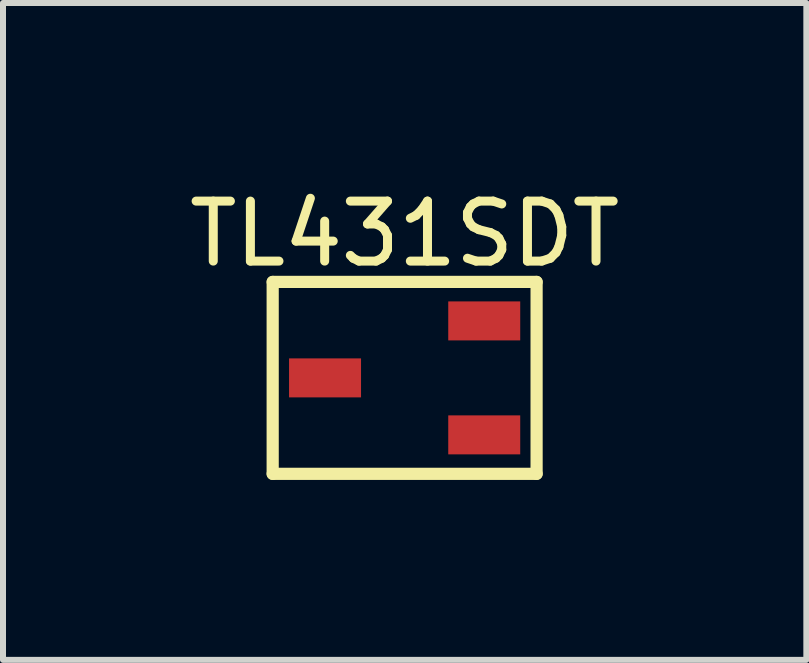
<source format=kicad_pcb>
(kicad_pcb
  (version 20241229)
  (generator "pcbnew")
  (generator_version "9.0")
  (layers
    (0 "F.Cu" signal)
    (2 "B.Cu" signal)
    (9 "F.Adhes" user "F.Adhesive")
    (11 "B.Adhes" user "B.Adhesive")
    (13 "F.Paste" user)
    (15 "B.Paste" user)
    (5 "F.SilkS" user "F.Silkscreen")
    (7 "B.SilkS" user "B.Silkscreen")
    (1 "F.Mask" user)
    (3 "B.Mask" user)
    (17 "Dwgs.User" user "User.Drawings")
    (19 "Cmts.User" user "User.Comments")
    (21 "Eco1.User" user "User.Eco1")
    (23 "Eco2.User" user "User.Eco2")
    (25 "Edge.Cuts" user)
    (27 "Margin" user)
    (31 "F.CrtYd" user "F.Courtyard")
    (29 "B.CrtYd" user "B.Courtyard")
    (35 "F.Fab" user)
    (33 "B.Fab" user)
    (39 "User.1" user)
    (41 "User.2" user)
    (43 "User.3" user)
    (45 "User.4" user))
  (footprint "TL431SDT"
    (layer "F.Cu")
    (at 3.696 3.25)
    (property "Reference" "TL431SDT" (at 0 -2.402 0) (layer "F.SilkS") (effects (font (size 1 1) (thickness 0.15))))
    (fp_line (start -2.2 -1.6) (end 2.2 -1.6) (stroke (width 0.203) (type solid)) (layer "F.SilkS"))
    (fp_line (start -2.2 1.6) (end -2.2 -1.6) (stroke (width 0.203) (type solid)) (layer "F.SilkS"))
    (fp_line (start -2.2 1.6) (end 2.2 1.6) (stroke (width 0.203) (type solid)) (layer "F.SilkS"))
    (fp_line (start 2.2 1.6) (end 2.2 -1.6) (stroke (width 0.203) (type solid)) (layer "F.SilkS"))
    (pad "A" smd rect (at -1.327 0 90) (size 0.65 1.2) (layers "F.Cu" "F.Mask" "F.Paste"))
    (pad "C" smd rect (at 1.327 0.95 90) (size 0.65 1.2) (layers "F.Cu" "F.Mask" "F.Paste"))
    (pad "REF" smd rect (at 1.327 -0.95 90) (size 0.65 1.2) (layers "F.Cu" "F.Mask" "F.Paste")))
  (gr_rect
    (start -3 -3)
    (end 10.393 7.951)
    (stroke (width 0.1) (type default))
    (fill no)
    (layer "Edge.Cuts")))
</source>
